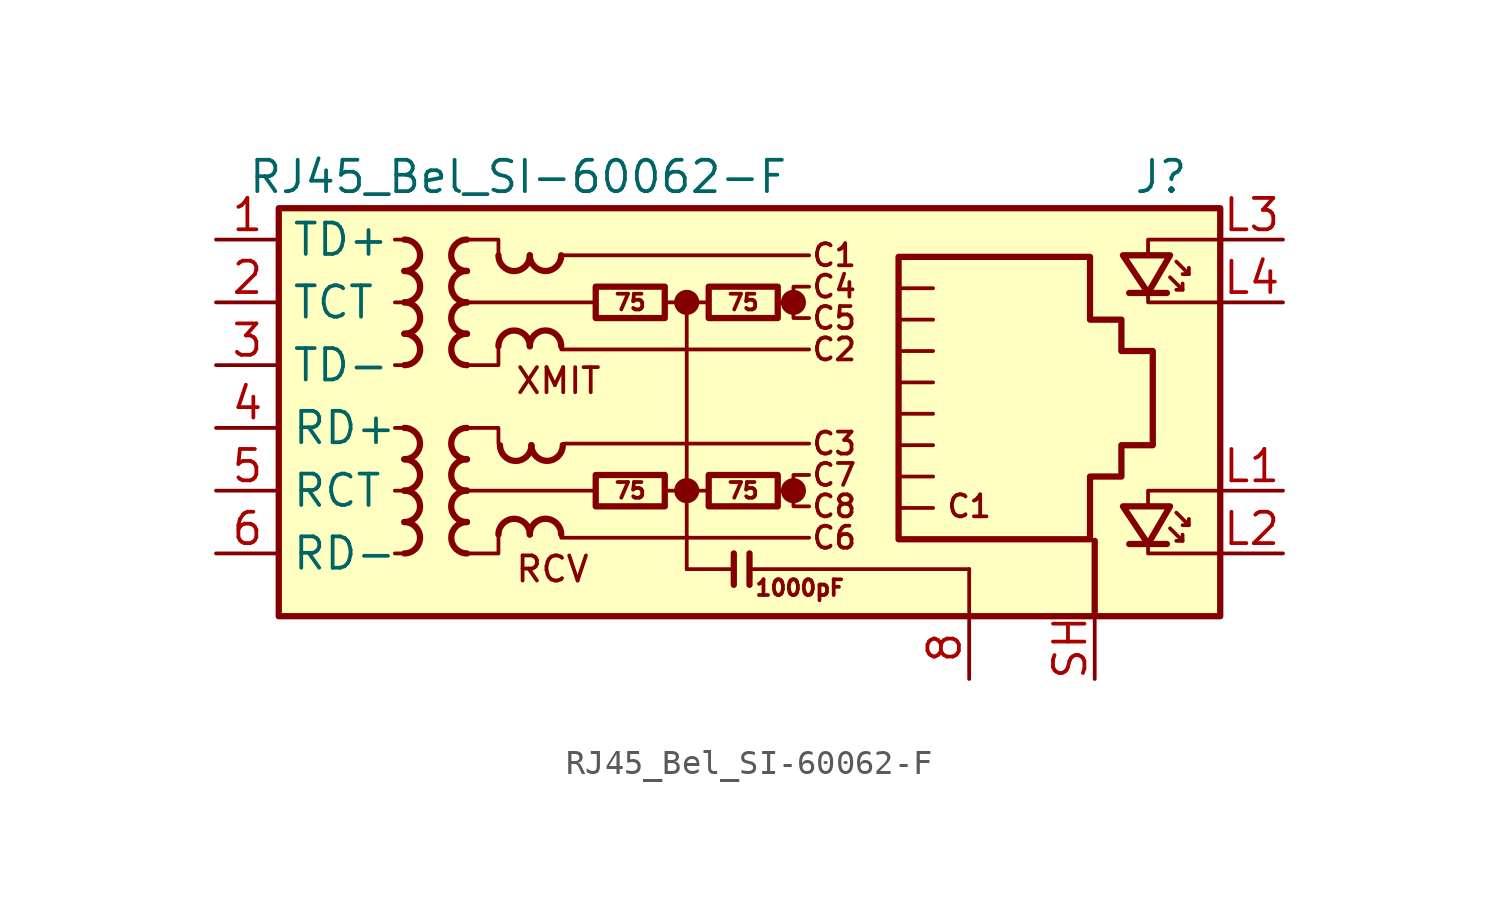
<source format=kicad_sym>
(kicad_symbol_lib
  (version 20220914)
  (generator kicad_symbol_editor)
  (symbol "RJ45_Bel_SI-60062-F"
    (property "Reference" "J"
      (at 19.05 10.16 0)
      (effects (font (size 1.27 1.27)) (justify right)))
    (property "Value" "RJ45_Bel_SI-60062-F"
      (at -19.05 10.16 0)
      (effects (font (size 1.27 1.27)) (justify left)))
    (symbol "RJ45_Bel_SI-60062-F_0_0"
      (circle (center -1.27 -2.54) (radius 0.0001) (stroke (width 0.508) (type default)) (fill (type none)))
      (circle (center -1.27 5.08) (radius 0.0001) (stroke (width 0.508) (type default)) (fill (type none)))
      (polyline (pts (xy -1.27 5.08) (xy -1.27 -5.715)) (stroke (width 0) (type default)) (fill (type none)))
      (polyline (pts (xy 0.635 -5.08) (xy 0.635 -6.35)) (stroke (width 0.254) (type default)) (fill (type none)))
      (polyline (pts (xy 1.27 -5.08) (xy 1.27 -6.35)) (stroke (width 0.254) (type default)) (fill (type none)))
      (polyline (pts (xy 3.048 -2.54) (xy 2.54 -2.54)) (stroke (width 0) (type default)) (fill (type none)))
      (polyline (pts (xy 3.048 5.08) (xy 2.54 5.08)) (stroke (width 0) (type default)) (fill (type none)))
      (polyline (pts (xy 17.399 -3.175) (xy 17.399 -2.54) (xy 20.32 -2.54)) (stroke (width 0) (type default)) (fill (type none)))
      (polyline (pts (xy 17.399 6.985) (xy 17.399 7.62) (xy 20.32 7.62)) (stroke (width 0) (type default)) (fill (type none)))
      (polyline (pts (xy 20.32 -5.08) (xy 17.399 -5.08) (xy 17.399 -4.572)) (stroke (width 0) (type default)) (fill (type none)))
      (polyline (pts (xy 20.32 5.08) (xy 17.399 5.08) (xy 17.399 5.588)) (stroke (width 0) (type default)) (fill (type none)))
      (polyline (pts (xy 3.683 -1.905) (xy 3.048 -1.905) (xy 3.048 -3.175) (xy 3.683 -3.175)) (stroke (width 0) (type default)) (fill (type none)))
      (polyline (pts (xy 3.683 5.715) (xy 3.048 5.715) (xy 3.048 4.445) (xy 3.683 4.445)) (stroke (width 0) (type default)) (fill (type none)))
      (circle (center 3.048 -2.54) (radius 0.0001) (stroke (width 0.508) (type default)) (fill (type none)))
      (circle (center 3.048 5.08) (radius 0.0001) (stroke (width 0.508) (type default)) (fill (type none)))
      (text "C1" (at 4.699 6.985 0) (effects (font (size 0.889 0.889))))
      (text "C1" (at 10.16 -3.175 0) (effects (font (size 0.889 0.889))))
      (text "C2" (at 4.699 3.175 0) (effects (font (size 0.889 0.889))))
      (text "C3" (at 4.699 -0.635 0) (effects (font (size 0.889 0.889))))
      (text "C4" (at 4.699 5.715 0) (effects (font (size 0.889 0.889))))
      (text "C5" (at 4.699 4.445 0) (effects (font (size 0.889 0.889))))
      (text "C6" (at 4.699 -4.445 0) (effects (font (size 0.889 0.889))))
      (text "C7" (at 4.699 -1.905 0) (effects (font (size 0.889 0.889))))
      (text "C8" (at 4.699 -3.175 0) (effects (font (size 0.889 0.889))))
      (text "RCV" (at -8.255 -5.715 0) (effects (font (size 1.016 1.016)) (justify left)))
      (text "XMIT" (at -8.255 1.905 0) (effects (font (size 1.016 1.016)) (justify left))))
    (symbol "RJ45_Bel_SI-60062-F_0_1"
      (rectangle (start -17.78 8.89) (end 20.32 -7.62) (stroke (width 0.254) (type default)) (fill (type background)))
      (polyline (pts (xy -12.7 -5.08) (xy -13.081 -5.08)) (stroke (width 0) (type default)) (fill (type none)))
      (polyline (pts (xy -12.7 -2.54) (xy -13.081 -2.54)) (stroke (width 0) (type default)) (fill (type none)))
      (polyline (pts (xy -12.7 0) (xy -13.081 0)) (stroke (width 0) (type default)) (fill (type none)))
      (polyline (pts (xy -12.7 2.54) (xy -13.081 2.54)) (stroke (width 0) (type default)) (fill (type none)))
      (polyline (pts (xy -12.7 5.08) (xy -13.081 5.08)) (stroke (width 0) (type default)) (fill (type none)))
      (polyline (pts (xy -12.7 7.62) (xy -13.081 7.62)) (stroke (width 0) (type default)) (fill (type none)))
      (polyline (pts (xy -6.35 -4.445) (xy 3.683 -4.445)) (stroke (width 0) (type default)) (fill (type none)))
      (polyline (pts (xy -6.35 3.175) (xy 3.683 3.175)) (stroke (width 0) (type default)) (fill (type none)))
      (polyline (pts (xy -6.35 6.985) (xy 3.683 6.985)) (stroke (width 0) (type default)) (fill (type none)))
      (polyline (pts (xy -6.223 -0.635) (xy 3.683 -0.635)) (stroke (width 0) (type default)) (fill (type none)))
      (polyline (pts (xy -5.08 -2.54) (xy -10.16 -2.54)) (stroke (width 0) (type default)) (fill (type none)))
      (polyline (pts (xy -4.953 5.08) (xy -10.16 5.08)) (stroke (width 0) (type default)) (fill (type none)))
      (polyline (pts (xy -2.159 -2.54) (xy -0.381 -2.54)) (stroke (width 0) (type default)) (fill (type none)))
      (polyline (pts (xy -2.159 5.08) (xy -0.381 5.08)) (stroke (width 0) (type default)) (fill (type none)))
      (polyline (pts (xy 0.635 -5.715) (xy -1.27 -5.715)) (stroke (width 0) (type default)) (fill (type none)))
      (polyline (pts (xy 7.429 -1.968) (xy 8.7 -1.968)) (stroke (width 0) (type default)) (fill (type none)))
      (polyline (pts (xy 7.429 -0.699) (xy 8.7 -0.699)) (stroke (width 0) (type default)) (fill (type none)))
      (polyline (pts (xy 7.429 0.572) (xy 8.7 0.572)) (stroke (width 0) (type default)) (fill (type none)))
      (polyline (pts (xy 7.429 1.841) (xy 8.7 1.841)) (stroke (width 0) (type default)) (fill (type none)))
      (polyline (pts (xy 7.429 3.111) (xy 8.7 3.111)) (stroke (width 0) (type default)) (fill (type none)))
      (polyline (pts (xy 8.7 -3.239) (xy 7.429 -3.239)) (stroke (width 0) (type default)) (fill (type none)))
      (polyline (pts (xy 8.7 4.381) (xy 7.429 4.381)) (stroke (width 0) (type default)) (fill (type none)))
      (polyline (pts (xy 8.7 5.652) (xy 7.429 5.652)) (stroke (width 0) (type default)) (fill (type none)))
      (polyline (pts (xy 10.16 -5.715) (xy 1.27 -5.715)) (stroke (width 0) (type default)) (fill (type none)))
      (polyline (pts (xy 10.16 -5.715) (xy 10.16 -7.62)) (stroke (width 0) (type default)) (fill (type none)))
      (polyline (pts (xy -10.16 0) (xy -8.89 0) (xy -8.89 -0.635)) (stroke (width 0) (type default)) (fill (type none)))
      (polyline (pts (xy -10.16 7.62) (xy -8.89 7.62) (xy -8.89 6.985)) (stroke (width 0) (type default)) (fill (type none)))
      (polyline (pts (xy -8.89 -4.445) (xy -8.89 -5.08) (xy -10.16 -5.08)) (stroke (width 0) (type default)) (fill (type none)))
      (polyline (pts (xy -8.89 3.175) (xy -8.89 2.54) (xy -10.16 2.54)) (stroke (width 0) (type default)) (fill (type none))))
    (symbol "RJ45_Bel_SI-60062-F_1_0"
      (text "1000pF" (at 3.302 -6.477 0) (effects (font (size 0.635 0.635)))))
    (symbol "RJ45_Bel_SI-60062-F_1_1"
      (arc (start -12.7 -1.27) (mid -12.0677 -0.635) (end -12.7 0) (stroke (width 0.254) (type default)) (fill (type none)))
      (arc (start -12.6973 -5.08) (mid -12.065 -4.445) (end -12.6973 -3.81) (stroke (width 0.254) (type default)) (fill (type none)))
      (arc (start -12.6973 -3.81) (mid -12.065 -3.175) (end -12.6973 -2.54) (stroke (width 0.254) (type default)) (fill (type none)))
      (arc (start -12.6973 -2.54) (mid -12.065 -1.905) (end -12.6973 -1.27) (stroke (width 0.254) (type default)) (fill (type none)))
      (arc (start -12.6973 6.35) (mid -12.065 6.985) (end -12.6973 7.62) (stroke (width 0.254) (type default)) (fill (type none)))
      (arc (start -12.6946 2.54) (mid -12.0623 3.175) (end -12.6946 3.81) (stroke (width 0.254) (type default)) (fill (type none)))
      (arc (start -12.6946 3.81) (mid -12.0623 4.445) (end -12.6946 5.08) (stroke (width 0.254) (type default)) (fill (type none)))
      (arc (start -12.6946 5.08) (mid -12.0623 5.715) (end -12.6946 6.35) (stroke (width 0.254) (type default)) (fill (type none)))
      (arc (start -10.1654 -2.54) (mid -10.7977 -3.175) (end -10.1654 -3.81) (stroke (width 0.254) (type default)) (fill (type none)))
      (arc (start -10.1654 -1.27) (mid -10.7977 -1.905) (end -10.1654 -2.54) (stroke (width 0.254) (type default)) (fill (type none)))
      (arc (start -10.1654 0) (mid -10.7977 -0.635) (end -10.1654 -1.27) (stroke (width 0.254) (type default)) (fill (type none)))
      (arc (start -10.1654 5.08) (mid -10.7977 4.445) (end -10.1654 3.81) (stroke (width 0.254) (type default)) (fill (type none)))
      (arc (start -10.1654 6.35) (mid -10.7977 5.715) (end -10.1654 5.08) (stroke (width 0.254) (type default)) (fill (type none)))
      (arc (start -10.1654 7.62) (mid -10.7977 6.985) (end -10.1654 6.35) (stroke (width 0.254) (type default)) (fill (type none)))
      (arc (start -10.1627 -3.81) (mid -10.795 -4.445) (end -10.1627 -5.08) (stroke (width 0.254) (type default)) (fill (type none)))
      (arc (start -10.1627 3.81) (mid -10.795 3.175) (end -10.1627 2.54) (stroke (width 0.254) (type default)) (fill (type none)))
      (arc (start -8.89 6.9823) (mid -8.255 6.35) (end -7.62 6.9823) (stroke (width 0.254) (type default)) (fill (type none)))
      (arc (start -8.8265 -0.7012) (mid -8.1915 -1.3335) (end -7.5565 -0.7012) (stroke (width 0.254) (type default)) (fill (type none)))
      (arc (start -7.62 -4.3153) (mid -8.255 -3.683) (end -8.89 -4.3153) (stroke (width 0.254) (type default)) (fill (type none)))
      (arc (start -7.62 3.3047) (mid -8.255 3.937) (end -8.89 3.3047) (stroke (width 0.254) (type default)) (fill (type none)))
      (arc (start -7.62 6.985) (mid -6.985 6.3527) (end -6.35 6.985) (stroke (width 0.254) (type default)) (fill (type none)))
      (arc (start -7.5565 -0.6985) (mid -6.9215 -1.3308) (end -6.2865 -0.6985) (stroke (width 0.254) (type default)) (fill (type none)))
      (arc (start -6.35 -4.3126) (mid -6.985 -3.6803) (end -7.62 -4.3126) (stroke (width 0.254) (type default)) (fill (type none)))
      (arc (start -6.35 3.3074) (mid -6.985 3.9397) (end -7.62 3.3074) (stroke (width 0.254) (type default)) (fill (type none)))
      (rectangle (start -4.953 -1.905) (end -2.159 -3.175) (stroke (width 0.254) (type default)) (fill (type none)))
      (rectangle (start -4.953 5.715) (end -2.159 4.445) (stroke (width 0.254) (type default)) (fill (type none)))
      (rectangle (start -0.381 -1.905) (end 2.413 -3.175) (stroke (width 0.254) (type default)) (fill (type none)))
      (rectangle (start -0.381 5.715) (end 2.413 4.445) (stroke (width 0.254) (type default)) (fill (type none)))
      (polyline (pts (xy 15.24 -7.62) (xy 15.24 -4.572)) (stroke (width 0.254) (type default)) (fill (type none)))
      (polyline (pts (xy 18.161 -4.699) (xy 16.637 -4.699)) (stroke (width 0.254) (type default)) (fill (type none)))
      (polyline (pts (xy 18.161 5.461) (xy 16.637 5.461)) (stroke (width 0.254) (type default)) (fill (type none)))
      (polyline (pts (xy 18.796 -4.572) (xy 18.796 -4.318)) (stroke (width 0) (type default)) (fill (type none)))
      (polyline (pts (xy 18.796 5.588) (xy 18.796 5.842)) (stroke (width 0) (type default)) (fill (type none)))
      (polyline (pts (xy 19.05 -3.937) (xy 19.05 -3.683)) (stroke (width 0) (type default)) (fill (type none)))
      (polyline (pts (xy 19.05 6.223) (xy 19.05 6.477)) (stroke (width 0) (type default)) (fill (type none)))
      (polyline (pts (xy 18.288 -4.064) (xy 18.796 -4.572) (xy 18.542 -4.572)) (stroke (width 0) (type default)) (fill (type none)))
      (polyline (pts (xy 18.288 6.096) (xy 18.796 5.588) (xy 18.542 5.588)) (stroke (width 0) (type default)) (fill (type none)))
      (polyline (pts (xy 18.542 -3.429) (xy 19.05 -3.937) (xy 18.796 -3.937)) (stroke (width 0) (type default)) (fill (type none)))
      (polyline (pts (xy 18.542 6.731) (xy 19.05 6.223) (xy 18.796 6.223)) (stroke (width 0) (type default)) (fill (type none)))
      (polyline (pts (xy 18.288 -3.175) (xy 16.383 -3.175) (xy 17.399 -4.699) (xy 18.288 -3.175)) (stroke (width 0.254) (type default)) (fill (type none)))
      (polyline (pts (xy 18.288 6.985) (xy 16.383 6.985) (xy 17.399 5.461) (xy 18.288 6.985)) (stroke (width 0.254) (type default)) (fill (type none)))
      (polyline (pts (xy 7.303 -4.508) (xy 7.303 6.921) (xy 15.05 6.921) (xy 15.05 4.381) (xy 16.32 4.381) (xy 16.32 3.111) (xy 17.59 3.111) (xy 17.59 -0.699) (xy 16.32 -0.699) (xy 16.32 -1.968) (xy 15.05 -1.968) (xy 15.05 -4.508) (xy 7.303 -4.508)) (stroke (width 0.254) (type default)) (fill (type none)))
      (text "75" (at -3.556 -2.54 0) (effects (font (size 0.635 0.635))))
      (text "75" (at -3.556 5.08 0) (effects (font (size 0.635 0.635))))
      (text "75" (at 1.016 -2.54 0) (effects (font (size 0.635 0.635))))
      (text "75" (at 1.016 5.08 0) (effects (font (size 0.635 0.635))))
      (pin passive line (at -20.32 7.62 0) (length 2.54) (name "TD+" (effects (font (size 1.27 1.27)))) (number "1" (effects (font (size 1.27 1.27)))))
      (pin passive line (at -20.32 5.08 0) (length 2.54) (name "TCT" (effects (font (size 1.27 1.27)))) (number "2" (effects (font (size 1.27 1.27)))))
      (pin passive line (at -20.32 2.54 0) (length 2.54) (name "TD-" (effects (font (size 1.27 1.27)))) (number "3" (effects (font (size 1.27 1.27)))))
      (pin passive line (at -20.32 0 0) (length 2.54) (name "RD+" (effects (font (size 1.27 1.27)))) (number "4" (effects (font (size 1.27 1.27)))))
      (pin passive line (at -20.32 -2.54 0) (length 2.54) (name "RCT" (effects (font (size 1.27 1.27)))) (number "5" (effects (font (size 1.27 1.27)))))
      (pin passive line (at -20.32 -5.08 0) (length 2.54) (name "RD-" (effects (font (size 1.27 1.27)))) (number "6" (effects (font (size 1.27 1.27)))))
      (pin power_in line (at 10.16 -10.16 90) (length 2.54) (name "" (effects (font (size 1.27 1.27)))) (number "8" (effects (font (size 1.27 1.27)))))
      (pin passive line (at 22.86 -2.54 180) (length 2.54) (name "" (effects (font (size 1.27 1.27)))) (number "L1" (effects (font (size 1.27 1.27)))))
      (pin passive line (at 22.86 -5.08 180) (length 2.54) (name "" (effects (font (size 1.27 1.27)))) (number "L2" (effects (font (size 1.27 1.27)))))
      (pin passive line (at 22.86 7.62 180) (length 2.54) (name "" (effects (font (size 1.27 1.27)))) (number "L3" (effects (font (size 1.27 1.27)))))
      (pin passive line (at 22.86 5.08 180) (length 2.54) (name "" (effects (font (size 1.27 1.27)))) (number "L4" (effects (font (size 1.27 1.27)))))
      (pin no_connect line (at 20.32 0 0) (length 0) hide (name "NC" (effects (font (size 1.27 1.27)))) (number "R7" (effects (font (size 1.27 1.27)))))
      (pin passive line (at 15.24 -10.16 90) (length 2.54) (name "" (effects (font (size 1.27 1.27)))) (number "SH" (effects (font (size 1.27 1.27))))))))
</source>
